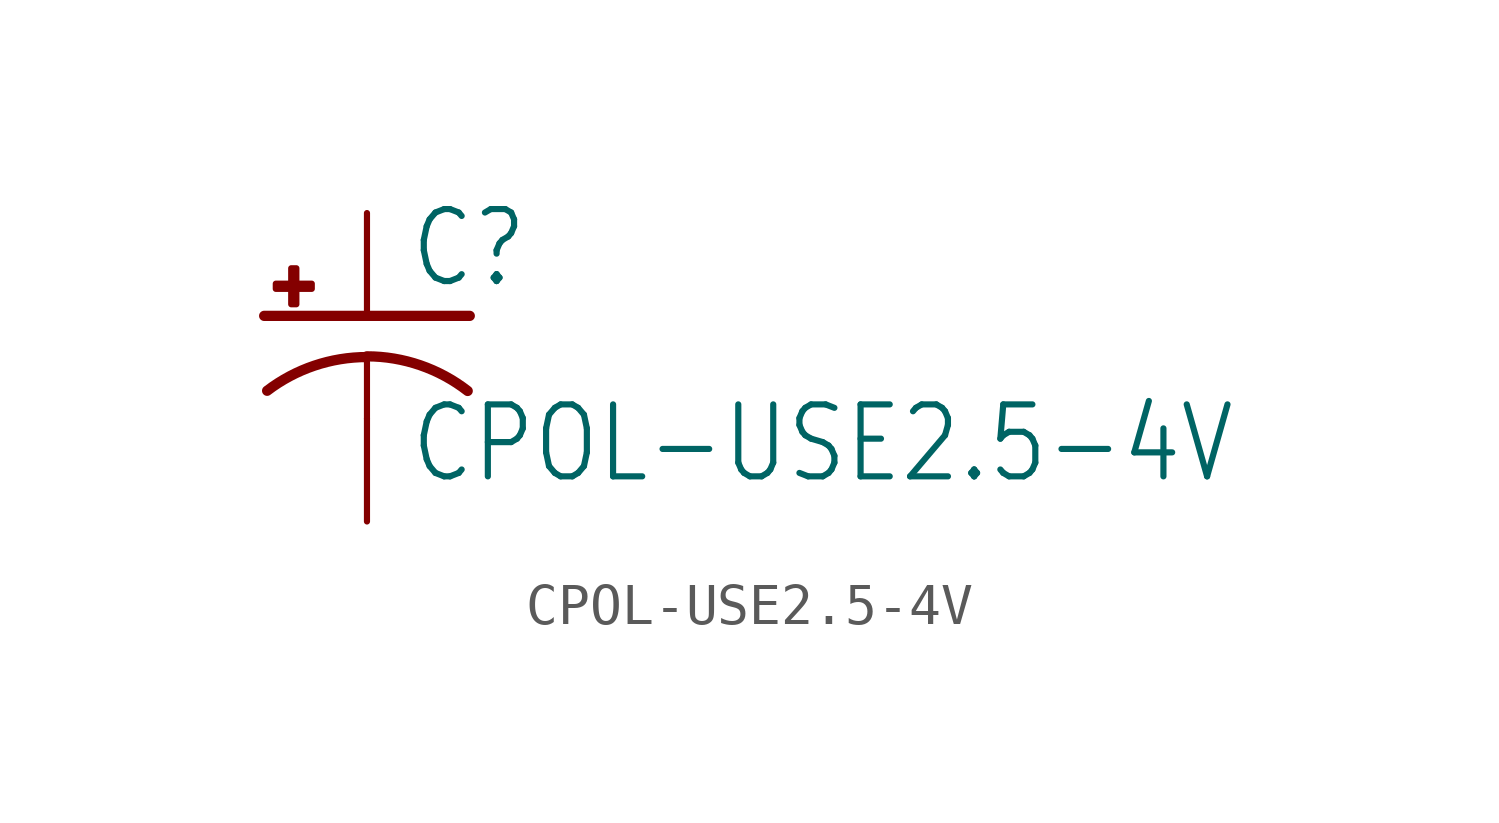
<source format=kicad_sym>
(kicad_symbol_lib
  (version 20220331)
  (generator kicad_symbol_editor)
  (symbol "CPOL-USE2.5-4V"
    (property "Reference" "C"
      (at 1.016 0.635 0)
      (effects (font (size 1.778 1.511)) (justify left bottom)))
    (property "Value" "CPOL-USE2.5-4V"
      (at 1.016 -4.191 0)
      (effects (font (size 1.778 1.511)) (justify left bottom)))
    (property "ki_locked" ""
      (at 0 0 0)
      (effects (font (size 1.27 1.27))))
    (symbol "CPOL-USE2.5-4V_1_0"
      (rectangle (start -2.253 0.668) (end -1.364 0.795) (stroke (width 0) (type default)) (fill (type outline)))
      (rectangle (start -1.872 0.287) (end -1.745 1.176) (stroke (width 0) (type default)) (fill (type outline)))
      (arc (start 0 -1.0161) (mid -1.3021 -1.2302) (end -2.4669 -1.8504) (stroke (width 0.254) (type solid)) (fill (type none)))
      (polyline (pts (xy -2.54 0) (xy 2.54 0)) (stroke (width 0.254) (type solid)) (fill (type none)))
      (polyline (pts (xy 0 -1.016) (xy 0 -2.54)) (stroke (width 0.152) (type solid)) (fill (type none)))
      (arc (start 2.4892 -1.8542) (mid 1.3158 -1.2195) (end 0 -1) (stroke (width 0.254) (type solid)) (fill (type none)))
      (pin passive line (at 0 2.54 270) (length 2.54) (name "+" (effects (font (size 0 0)))) (number "+" (effects (font (size 0 0)))))
      (pin passive line (at 0 -5.08 90) (length 2.54) (name "-" (effects (font (size 0 0)))) (number "-" (effects (font (size 0 0))))))))
</source>
